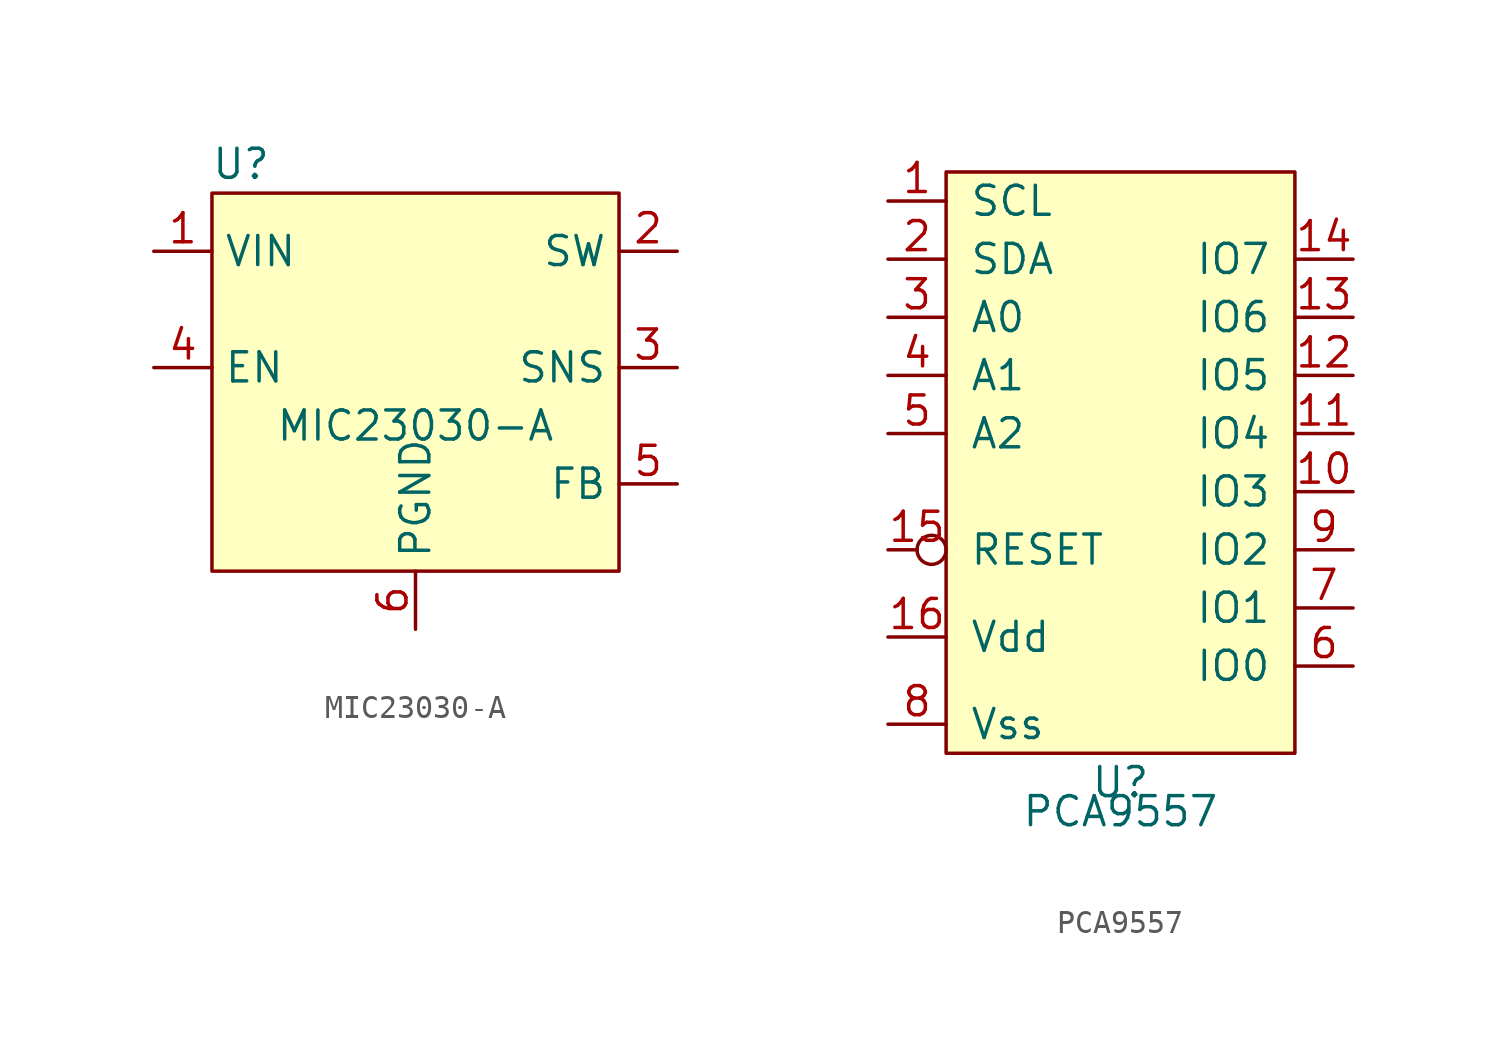
<source format=kicad_sym>
(kicad_symbol_lib
  (version 20211014)
  (generator kicad_symbol_editor)
  (symbol "MIC23030-A"
    (property "Reference" "U"
      (at -7.62 8.89 0)
      (effects (font (size 1.27 1.27))))
    (property "Value" "MIC23030-A"
      (at 0 -2.54 0)
      (effects (font (size 1.27 1.27))))
    (symbol "MIC23030-A_0_0"
      (pin power_in line (at -11.43 5.08 0) (length 2.54) (name "VIN" (effects (font (size 1.27 1.27)))) (number "1" (effects (font (size 1.27 1.27)))))
      (pin passive line (at 11.43 5.08 180) (length 2.54) (name "SW" (effects (font (size 1.27 1.27)))) (number "2" (effects (font (size 1.27 1.27)))))
      (pin passive line (at 11.43 0 180) (length 2.54) (name "SNS" (effects (font (size 1.27 1.27)))) (number "3" (effects (font (size 1.27 1.27)))))
      (pin passive line (at -11.43 0 0) (length 2.54) (name "EN" (effects (font (size 1.27 1.27)))) (number "4" (effects (font (size 1.27 1.27)))))
      (pin passive line (at 11.43 -5.08 180) (length 2.54) (name "FB" (effects (font (size 1.27 1.27)))) (number "5" (effects (font (size 1.27 1.27)))))
      (pin power_in line (at 0 -11.43 90) (length 2.54) (name "PGND" (effects (font (size 1.27 1.27)))) (number "6" (effects (font (size 1.27 1.27))))))
    (symbol "MIC23030-A_0_1"
      (rectangle (start -8.89 7.62) (end 8.89 -8.89) (stroke (width 0.152) (type default) (color 0 0 0 0)) (fill (type background)))))
  (symbol "PCA9557"
    (pin_names
      (offset 1.016))
    (property "Reference" "U"
      (at 0 -13.97 0)
      (effects (font (size 1.27 1.27))))
    (property "Value" "PCA9557"
      (at 0 -15.24 0)
      (effects (font (size 1.27 1.27))))
    (symbol "PCA9557_0_1"
      (rectangle (start -7.62 12.7) (end 7.62 -12.7) (stroke (width 0) (type default) (color 0 0 0 0)) (fill (type background))))
    (symbol "PCA9557_1_1"
      (pin input line (at -10.16 11.43 0) (length 2.54) (name "SCL" (effects (font (size 1.27 1.27)))) (number "1" (effects (font (size 1.27 1.27)))))
      (pin passive line (at 10.16 -1.27 180) (length 2.54) (name "IO3" (effects (font (size 1.27 1.27)))) (number "10" (effects (font (size 1.27 1.27)))))
      (pin tri_state line (at 10.16 1.27 180) (length 2.54) (name "IO4" (effects (font (size 1.27 1.27)))) (number "11" (effects (font (size 1.27 1.27)))))
      (pin tri_state line (at 10.16 3.81 180) (length 2.54) (name "IO5" (effects (font (size 1.27 1.27)))) (number "12" (effects (font (size 1.27 1.27)))))
      (pin tri_state line (at 10.16 6.35 180) (length 2.54) (name "IO6" (effects (font (size 1.27 1.27)))) (number "13" (effects (font (size 1.27 1.27)))))
      (pin tri_state line (at 10.16 8.89 180) (length 2.54) (name "IO7" (effects (font (size 1.27 1.27)))) (number "14" (effects (font (size 1.27 1.27)))))
      (pin input inverted (at -10.16 -3.81 0) (length 2.54) (name "RESET" (effects (font (size 1.27 1.27)))) (number "15" (effects (font (size 1.27 1.27)))))
      (pin power_in line (at -10.16 -7.62 0) (length 2.54) (name "Vdd" (effects (font (size 1.27 1.27)))) (number "16" (effects (font (size 1.27 1.27)))))
      (pin bidirectional line (at -10.16 8.89 0) (length 2.54) (name "SDA" (effects (font (size 1.27 1.27)))) (number "2" (effects (font (size 1.27 1.27)))))
      (pin passive line (at -10.16 6.35 0) (length 2.54) (name "A0" (effects (font (size 1.27 1.27)))) (number "3" (effects (font (size 1.27 1.27)))))
      (pin passive line (at -10.16 3.81 0) (length 2.54) (name "A1" (effects (font (size 1.27 1.27)))) (number "4" (effects (font (size 1.27 1.27)))))
      (pin passive line (at -10.16 1.27 0) (length 2.54) (name "A2" (effects (font (size 1.27 1.27)))) (number "5" (effects (font (size 1.27 1.27)))))
      (pin tri_state line (at 10.16 -8.89 180) (length 2.54) (name "IO0" (effects (font (size 1.27 1.27)))) (number "6" (effects (font (size 1.27 1.27)))))
      (pin tri_state line (at 10.16 -6.35 180) (length 2.54) (name "IO1" (effects (font (size 1.27 1.27)))) (number "7" (effects (font (size 1.27 1.27)))))
      (pin power_in line (at -10.16 -11.43 0) (length 2.54) (name "Vss" (effects (font (size 1.27 1.27)))) (number "8" (effects (font (size 1.27 1.27)))))
      (pin tri_state line (at 10.16 -3.81 180) (length 2.54) (name "IO2" (effects (font (size 1.27 1.27)))) (number "9" (effects (font (size 1.27 1.27))))))))
</source>
